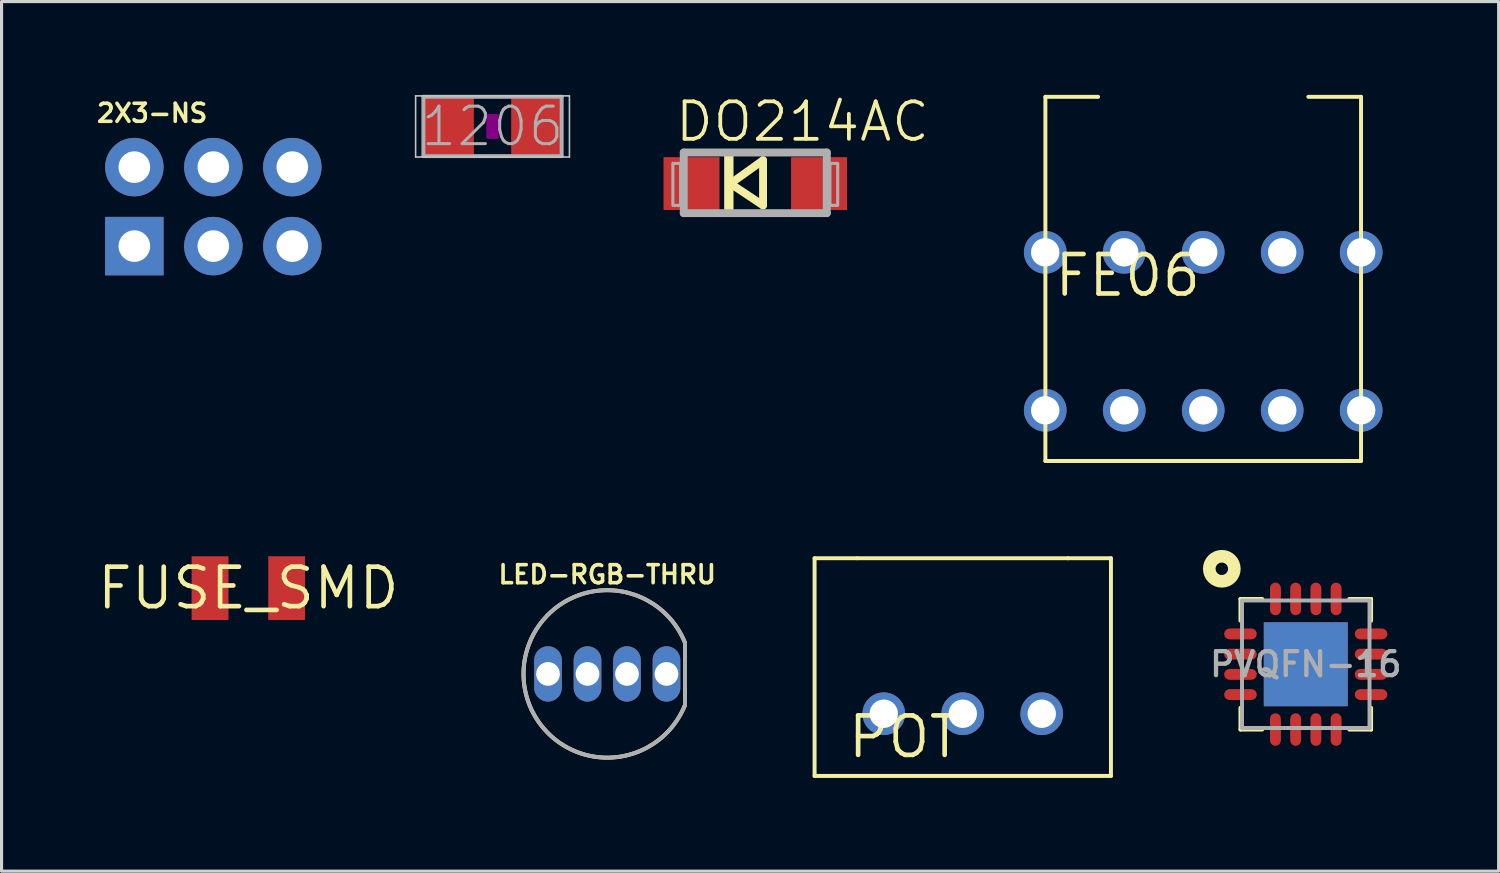
<source format=kicad_pcb>
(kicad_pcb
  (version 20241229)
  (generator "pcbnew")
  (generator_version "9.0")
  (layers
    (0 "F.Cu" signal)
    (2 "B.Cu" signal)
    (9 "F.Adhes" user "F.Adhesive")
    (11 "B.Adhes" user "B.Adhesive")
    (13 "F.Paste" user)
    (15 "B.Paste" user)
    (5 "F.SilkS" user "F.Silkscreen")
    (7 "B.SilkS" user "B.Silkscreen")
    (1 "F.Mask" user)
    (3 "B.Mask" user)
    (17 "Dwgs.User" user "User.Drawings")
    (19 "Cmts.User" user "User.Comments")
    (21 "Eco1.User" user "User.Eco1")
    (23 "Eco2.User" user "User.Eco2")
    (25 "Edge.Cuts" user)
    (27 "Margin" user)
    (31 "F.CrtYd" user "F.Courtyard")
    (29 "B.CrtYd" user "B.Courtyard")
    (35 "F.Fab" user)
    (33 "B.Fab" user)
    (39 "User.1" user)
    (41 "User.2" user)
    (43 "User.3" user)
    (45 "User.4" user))
  (footprint "FE06"
    (layer "F.Cu")
    (at 35.641 5.064)
    (property "Reference" "FE06" (at 0 0 0) (layer "F.SilkS") (effects (font (size 1.27 1.27) (thickness 0.15)) (justify right top)))
    (attr through_hole)
    (fp_line (start -5.075 -5) (end -5.075 6.71) (stroke (width 0.127) (type solid)) (layer "F.SilkS"))
    (fp_line (start -5.075 6.71) (end 5.075 6.71) (stroke (width 0.127) (type solid)) (layer "F.SilkS"))
    (fp_line (start -3.38 -5) (end -5.075 -5) (stroke (width 0.127) (type solid)) (layer "F.SilkS"))
    (fp_line (start 5.075 -5) (end 3.38 -5) (stroke (width 0.127) (type solid)) (layer "F.SilkS"))
    (fp_line (start 5.075 6.71) (end 5.075 -5) (stroke (width 0.127) (type solid)) (layer "F.SilkS"))
    (pad "P$1" thru_hole circle (at -5.08 5.08) (size 1.372 1.372) (drill 0.914) (layers "*.Cu" "*.Mask"))
    (pad "P$2" thru_hole circle (at -2.54 5.08) (size 1.372 1.372) (drill 0.914) (layers "*.Cu" "*.Mask"))
    (pad "P$3" thru_hole circle (at 0 5.08) (size 1.372 1.372) (drill 0.914) (layers "*.Cu" "*.Mask"))
    (pad "P$4" thru_hole circle (at 2.54 5.08) (size 1.372 1.372) (drill 0.914) (layers "*.Cu" "*.Mask"))
    (pad "P$5" thru_hole circle (at 5.08 5.08) (size 1.372 1.372) (drill 0.914) (layers "*.Cu" "*.Mask"))
    (pad "P$6" thru_hole circle (at 5.08 0) (size 1.372 1.372) (drill 0.914) (layers "*.Cu" "*.Mask"))
    (pad "P$7" thru_hole circle (at 2.54 0) (size 1.372 1.372) (drill 0.914) (layers "*.Cu" "*.Mask"))
    (pad "P$8" thru_hole circle (at 0 0) (size 1.372 1.372) (drill 0.914) (layers "*.Cu" "*.Mask"))
    (pad "P$9" thru_hole circle (at -2.54 0) (size 1.372 1.372) (drill 0.914) (layers "*.Cu" "*.Mask"))
    (pad "P$10" thru_hole circle (at -5.08 0) (size 1.372 1.372) (drill 0.914) (layers "*.Cu" "*.Mask")))
  (footprint "PVQFN-16"
    (layer "F.Cu")
    (at 38.939 18.31)
    (property "Reference" "PVQFN-16" (at 0 0 180) (layer "F.Fab") (effects (font (size 0.772 0.772) (thickness 0.139))))
    (attr through_hole)
    (fp_line (start -2.1 -2.1) (end -2.1 -1.4) (stroke (width 0.127) (type solid)) (layer "F.SilkS"))
    (fp_line (start -2.1 1.4) (end -2.1 2.1) (stroke (width 0.127) (type solid)) (layer "F.SilkS"))
    (fp_line (start -2.1 2.1) (end -1.4 2.1) (stroke (width 0.127) (type solid)) (layer "F.SilkS"))
    (fp_line (start -1.4 -2.1) (end -2.1 -2.1) (stroke (width 0.127) (type solid)) (layer "F.SilkS"))
    (fp_line (start 1.4 -2.1) (end 2.1 -2.1) (stroke (width 0.127) (type solid)) (layer "F.SilkS"))
    (fp_line (start 2.1 -2.1) (end 2.1 -1.4) (stroke (width 0.127) (type solid)) (layer "F.SilkS"))
    (fp_line (start 2.1 1.4) (end 2.1 2.1) (stroke (width 0.127) (type solid)) (layer "F.SilkS"))
    (fp_line (start 2.1 2.1) (end 1.4 2.1) (stroke (width 0.127) (type solid)) (layer "F.SilkS"))
    (fp_circle (center -2.7 -3.07) (end -2.5 -3.07) (stroke (width 0.406) (type solid)) (fill no) (layer "F.SilkS"))
    (fp_poly (pts (xy -0.6 0.3) (xy -0.6 -0.3) (xy -1.3 -0.3) (xy -1.3 0.3)) (stroke (width 0) (type solid)) (fill yes) (layer "F.Paste"))
    (fp_poly (pts (xy -0.3 -0.6) (xy 0.3 -0.6) (xy 0.3 -1.3) (xy -0.3 -1.3)) (stroke (width 0) (type solid)) (fill yes) (layer "F.Paste"))
    (fp_poly (pts (xy -0.3 1.3) (xy 0.3 1.3) (xy 0.3 0.6) (xy -0.3 0.6)) (stroke (width 0) (type solid)) (fill yes) (layer "F.Paste"))
    (fp_poly (pts (xy 1.3 0.3) (xy 1.3 -0.3) (xy 0.6 -0.3) (xy 0.6 0.3)) (stroke (width 0) (type solid)) (fill yes) (layer "F.Paste"))
    (fp_line (start -2.05 -2.05) (end 2.05 -2.05) (stroke (width 0.127) (type solid)) (layer "F.Fab"))
    (fp_line (start -2.05 2.05) (end -2.05 -2.05) (stroke (width 0.127) (type solid)) (layer "F.Fab"))
    (fp_line (start 2.05 -2.05) (end 2.05 2.05) (stroke (width 0.127) (type solid)) (layer "F.Fab"))
    (fp_line (start 2.05 2.05) (end -2.05 2.05) (stroke (width 0.127) (type solid)) (layer "F.Fab"))
    (pad "1" smd roundrect (at -2.1 -0.975) (size 1.05 0.35) (layers "F.Cu" "F.Mask" "F.Paste") (roundrect_rratio 0.5))
    (pad "2" smd roundrect (at -2.1 -0.325) (size 1.05 0.35) (layers "F.Cu" "F.Mask" "F.Paste") (roundrect_rratio 0.5))
    (pad "3" smd roundrect (at -2.1 0.325) (size 1.05 0.35) (layers "F.Cu" "F.Mask" "F.Paste") (roundrect_rratio 0.5))
    (pad "4" smd roundrect (at -2.1 0.975) (size 1.05 0.35) (layers "F.Cu" "F.Mask" "F.Paste") (roundrect_rratio 0.5))
    (pad "5" smd roundrect (at -0.975 2.1 90) (size 1.05 0.35) (layers "F.Cu" "F.Mask" "F.Paste") (roundrect_rratio 0.5))
    (pad "6" smd roundrect (at -0.325 2.1 90) (size 1.05 0.35) (layers "F.Cu" "F.Mask" "F.Paste") (roundrect_rratio 0.5))
    (pad "7" smd roundrect (at 0.325 2.1 90) (size 1.05 0.35) (layers "F.Cu" "F.Mask" "F.Paste") (roundrect_rratio 0.5))
    (pad "8" smd roundrect (at 0.975 2.1 90) (size 1.05 0.35) (layers "F.Cu" "F.Mask" "F.Paste") (roundrect_rratio 0.5))
    (pad "9" smd roundrect (at 2.1 0.975 180) (size 1.05 0.35) (layers "F.Cu" "F.Mask" "F.Paste") (roundrect_rratio 0.5))
    (pad "10" smd roundrect (at 2.1 0.325 180) (size 1.05 0.35) (layers "F.Cu" "F.Mask" "F.Paste") (roundrect_rratio 0.5))
    (pad "11" smd roundrect (at 2.1 -0.325 180) (size 1.05 0.35) (layers "F.Cu" "F.Mask" "F.Paste") (roundrect_rratio 0.5))
    (pad "12" smd roundrect (at 2.1 -0.975 180) (size 1.05 0.35) (layers "F.Cu" "F.Mask" "F.Paste") (roundrect_rratio 0.5))
    (pad "13" smd roundrect (at 0.975 -2.1 270) (size 1.05 0.35) (layers "F.Cu" "F.Mask" "F.Paste") (roundrect_rratio 0.5))
    (pad "14" smd roundrect (at 0.325 -2.1 270) (size 1.05 0.35) (layers "F.Cu" "F.Mask" "F.Paste") (roundrect_rratio 0.5))
    (pad "15" smd roundrect (at -0.325 -2.1 270) (size 1.05 0.35) (layers "F.Cu" "F.Mask" "F.Paste") (roundrect_rratio 0.5))
    (pad "16" smd roundrect (at -0.975 -2.1 270) (size 1.05 0.35) (layers "F.Cu" "F.Mask" "F.Paste") (roundrect_rratio 0.5))
    (pad "THERMAL" smd rect (at 0 0) (size 2.7 2.7) (layers "F.Cu" "F.Mask" "F.Paste"))
    (pad "THERMAL1" smd rect (at 0 0) (size 2.7 2.7) (layers "B.Cu" "B.Mask" "B.Paste")))
  (footprint "1206"
    (layer "F.Cu")
    (at 12.788 1.016)
    (property "Reference" "1206" (at 0 0 180) (layer "F.Fab") (effects (font (size 1.206 1.206) (thickness 0.097))))
    (attr through_hole)
    (fp_poly (pts (xy -0.2 0.4) (xy 0.2 0.4) (xy 0.2 -0.4) (xy -0.2 -0.4)) (stroke (width 0) (type solid)) (fill yes) (layer "F.Adhes"))
    (fp_line (start -2.473 -0.983) (end 2.473 -0.983) (stroke (width 0.051) (type solid)) (layer "Dwgs.User"))
    (fp_line (start -2.473 0.983) (end -2.473 -0.983) (stroke (width 0.051) (type solid)) (layer "Dwgs.User"))
    (fp_line (start 2.473 -0.983) (end 2.473 0.983) (stroke (width 0.051) (type solid)) (layer "Dwgs.User"))
    (fp_line (start 2.473 0.983) (end -2.473 0.983) (stroke (width 0.051) (type solid)) (layer "Dwgs.User"))
    (fp_line (start -2.223 -0.953) (end -2.223 0.953) (stroke (width 0.127) (type solid)) (layer "F.Fab"))
    (fp_line (start -2.223 0.953) (end 2.223 0.953) (stroke (width 0.127) (type solid)) (layer "F.Fab"))
    (fp_line (start 2.223 -0.953) (end -2.223 -0.953) (stroke (width 0.127) (type solid)) (layer "F.Fab"))
    (fp_line (start 2.223 0.953) (end 2.223 -0.953) (stroke (width 0.127) (type solid)) (layer "F.Fab"))
    (pad "1" smd rect (at -1.4 0) (size 1.6 1.8) (layers "F.Cu" "F.Mask" "F.Paste"))
    (pad "2" smd rect (at 1.4 0) (size 1.6 1.8) (layers "F.Cu" "F.Mask" "F.Paste")))
  (footprint "DO214AC"
    (layer "F.Cu")
    (at 21.237 2.854)
    (property "Reference" "DO214AC" (at -2.64 -1.286 0) (layer "F.SilkS") (effects (font (size 1.206 1.206) (thickness 0.121)) (justify left bottom)))
    (attr through_hole)
    (fp_line (start -0.8 0) (end 0.25 -0.75) (stroke (width 0.254) (type solid)) (layer "F.SilkS"))
    (fp_line (start 0.25 -0.75) (end 0.25 0.7) (stroke (width 0.254) (type solid)) (layer "F.SilkS"))
    (fp_line (start 0.25 0.7) (end -0.8 0) (stroke (width 0.254) (type solid)) (layer "F.SilkS"))
    (fp_poly (pts (xy -1 1.05) (xy -0.7 1.05) (xy -0.7 -1.05) (xy -1 -1.05)) (stroke (width 0) (type solid)) (fill yes) (layer "F.SilkS"))
    (fp_line (start -2.3 -1) (end 2.3 -1) (stroke (width 0.254) (type solid)) (layer "F.Fab"))
    (fp_line (start -2.3 0.95) (end -2.3 -1) (stroke (width 0.254) (type solid)) (layer "F.Fab"))
    (fp_line (start 2.3 -1) (end 2.3 0.95) (stroke (width 0.254) (type solid)) (layer "F.Fab"))
    (fp_line (start 2.3 0.95) (end -2.3 0.95) (stroke (width 0.254) (type solid)) (layer "F.Fab"))
    (fp_poly (pts (xy -2.65 0.7) (xy -2.4 0.7) (xy -2.4 -0.65) (xy -2.65 -0.65)) (stroke (width 0.1) (type solid)) (fill no) (layer "F.Fab"))
    (fp_poly (pts (xy 2.4 0.7) (xy 2.65 0.7) (xy 2.65 -0.65) (xy 2.4 -0.65)) (stroke (width 0.1) (type solid)) (fill no) (layer "F.Fab"))
    (pad "A" smd rect (at 2.05 0) (size 1.8 1.7) (layers "F.Cu" "F.Mask" "F.Paste"))
    (pad "C" smd rect (at -2.05 0) (size 1.8 1.7) (layers "F.Cu" "F.Mask" "F.Paste")))
  (footprint "2X3-NS"
    (layer "F.Cu")
    (at 3.81 3.594)
    (property "Reference" "2X3-NS" (at -3.81 -2.667 180) (layer "F.SilkS") (effects (font (size 0.579 0.579) (thickness 0.116)) (justify left bottom)))
    (attr through_hole)
    (pad "1" thru_hole rect (at -2.54 1.27) (size 1.88 1.88) (drill 1.016) (layers "*.Cu" "*.Mask"))
    (pad "2" thru_hole circle (at -2.54 -1.27) (size 1.88 1.88) (drill 1.016) (layers "*.Cu" "*.Mask"))
    (pad "3" thru_hole circle (at 0 1.27) (size 1.88 1.88) (drill 1.016) (layers "*.Cu" "*.Mask"))
    (pad "4" thru_hole circle (at 0 -1.27) (size 1.88 1.88) (drill 1.016) (layers "*.Cu" "*.Mask"))
    (pad "5" thru_hole circle (at 2.54 1.27) (size 1.88 1.88) (drill 1.016) (layers "*.Cu" "*.Mask"))
    (pad "6" thru_hole circle (at 2.54 -1.27) (size 1.88 1.88) (drill 1.016) (layers "*.Cu" "*.Mask")))
  (footprint "LED-RGB-THRU"
    (layer "F.Cu")
    (at 16.477 18.621)
    (property "Reference" "LED-RGB-THRU" (at 0 -2.857 0) (layer "F.SilkS") (effects (font (size 0.579 0.579) (thickness 0.116)) (justify bottom)))
    (attr through_hole)
    (fp_line (start 2.5 1) (end 2.5 -1) (stroke (width 0.127) (type solid)) (layer "F.SilkS"))
    (fp_arc (start 2.5 1) (mid -2.692582 0) (end 2.5 -1) (stroke (width 0.127) (type solid)) (layer "F.SilkS"))
    (fp_line (start 2.5 1) (end 2.5 -1) (stroke (width 0.127) (type solid)) (layer "B.SilkS"))
    (fp_line (start 2.5 1) (end 2.5 -1) (stroke (width 0.127) (type solid)) (layer "F.Fab"))
    (fp_arc (start 2.5 1) (mid -2.692582 0) (end 2.5 -1) (stroke (width 0.127) (type solid)) (layer "F.Fab"))
    (pad "1" thru_hole oval (at 1.905 0 90) (size 1.778 0.889) (drill 0.762) (layers "*.Cu" "*.Mask"))
    (pad "2" thru_hole oval (at 0.635 0 90) (size 1.778 0.889) (drill 0.762) (layers "*.Cu" "*.Mask"))
    (pad "3" thru_hole oval (at -0.635 0 90) (size 1.778 0.889) (drill 0.762) (layers "*.Cu" "*.Mask"))
    (pad "4" thru_hole oval (at -1.905 0 90) (size 1.778 0.889) (drill 0.762) (layers "*.Cu" "*.Mask")))
  (footprint "POT"
    (layer "F.Cu")
    (at 27.909 19.901)
    (property "Reference" "POT" (at 0 0 0) (layer "F.SilkS") (effects (font (size 1.27 1.27) (thickness 0.15)) (justify right top)))
    (attr through_hole)
    (fp_line (start -4.765 -5) (end -4.765 2) (stroke (width 0.127) (type solid)) (layer "F.SilkS"))
    (fp_line (start -4.765 2) (end 4.765 2) (stroke (width 0.127) (type solid)) (layer "F.SilkS"))
    (fp_line (start -3.39 -5) (end -4.765 -5) (stroke (width 0.127) (type solid)) (layer "F.SilkS"))
    (fp_line (start 3.39 -5) (end -3.39 -5) (stroke (width 0.127) (type solid)) (layer "F.SilkS"))
    (fp_line (start 4.765 -5) (end 3.39 -5) (stroke (width 0.127) (type solid)) (layer "F.SilkS"))
    (fp_line (start 4.765 2) (end 4.765 -5) (stroke (width 0.127) (type solid)) (layer "F.SilkS"))
    (pad "1" thru_hole circle (at -2.54 0) (size 1.372 1.372) (drill 0.914) (layers "*.Cu" "*.Mask"))
    (pad "2" thru_hole circle (at 0 0) (size 1.372 1.372) (drill 0.914) (layers "*.Cu" "*.Mask"))
    (pad "3" thru_hole circle (at 2.54 0) (size 1.372 1.372) (drill 0.914) (layers "*.Cu" "*.Mask")))
  (footprint "FUSE_SMD"
    (layer "F.Cu")
    (at 4.936 15.862)
    (property "Reference" "FUSE_SMD" (at 0 0 0) (layer "F.SilkS") (effects (font (size 1.27 1.27) (thickness 0.15))))
    (attr through_hole)
    (pad "1" smd rect (at -1.232 0 90) (size 2.05 1.185) (layers "F.Cu" "F.Mask" "F.Paste"))
    (pad "2" smd rect (at 1.232 0 90) (size 2.05 1.185) (layers "F.Cu" "F.Mask" "F.Paste")))
  (gr_rect
    (start -3 -3)
    (end 45.141 24.964)
    (stroke (width 0.1) (type default))
    (fill no)
    (layer "Edge.Cuts")))
</source>
